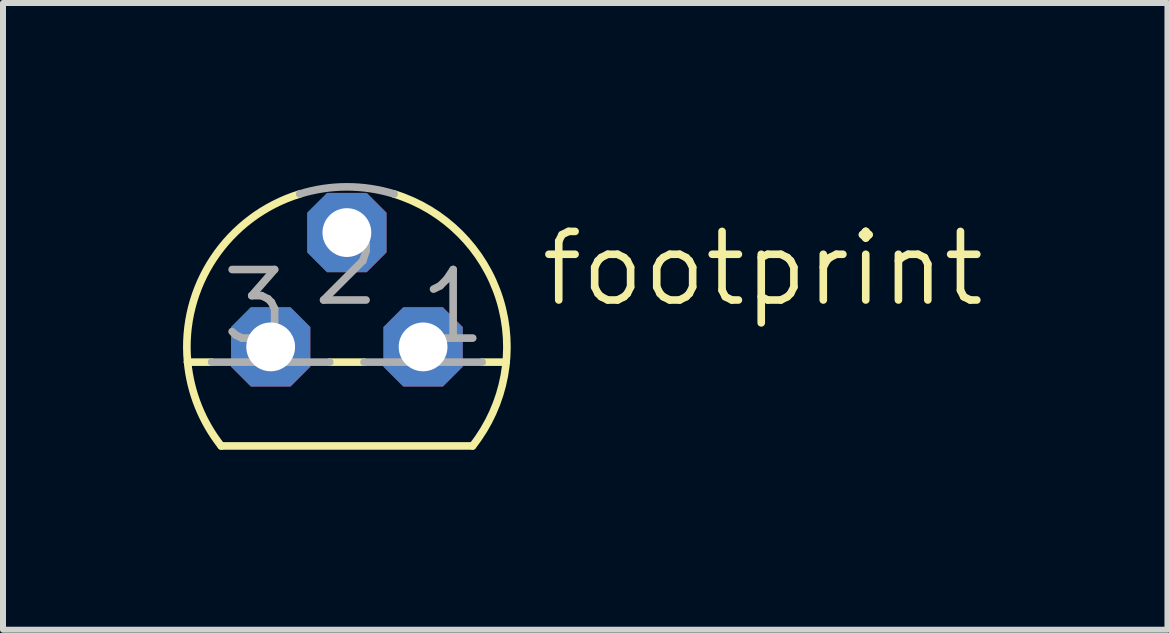
<source format=kicad_pcb>
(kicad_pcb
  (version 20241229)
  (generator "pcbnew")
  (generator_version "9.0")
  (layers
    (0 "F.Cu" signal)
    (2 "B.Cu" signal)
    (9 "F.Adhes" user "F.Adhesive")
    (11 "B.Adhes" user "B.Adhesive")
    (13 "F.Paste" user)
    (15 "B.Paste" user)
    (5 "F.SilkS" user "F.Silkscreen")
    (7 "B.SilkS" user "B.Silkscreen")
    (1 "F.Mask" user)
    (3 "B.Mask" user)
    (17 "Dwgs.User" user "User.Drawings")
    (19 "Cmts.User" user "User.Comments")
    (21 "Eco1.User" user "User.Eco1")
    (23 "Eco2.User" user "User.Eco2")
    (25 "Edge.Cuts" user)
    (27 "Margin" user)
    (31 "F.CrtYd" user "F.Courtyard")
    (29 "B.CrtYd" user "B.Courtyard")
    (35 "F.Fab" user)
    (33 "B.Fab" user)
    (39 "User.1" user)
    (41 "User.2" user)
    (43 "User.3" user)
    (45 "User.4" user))
  (footprint "footprint"
    (layer "F.Cu")
    (at 2.731 2.731)
    (property "Reference" "footprint" (at 3.175 -0.635 0) (layer "F.SilkS") (effects (font (size 1.143 1.143) (thickness 0.127)) (justify left bottom)))
    (fp_line (start -2.655 0.254) (end -2.254 0.254) (stroke (width 0.127) (type solid)) (layer "F.SilkS"))
    (fp_line (start -2.095 1.651) (end 2.095 1.651) (stroke (width 0.127) (type solid)) (layer "F.SilkS"))
    (fp_line (start -0.286 0.254) (end 0.286 0.254) (stroke (width 0.127) (type solid)) (layer "F.SilkS"))
    (fp_line (start 2.254 0.254) (end 2.655 0.254) (stroke (width 0.127) (type solid)) (layer "F.SilkS"))
    (fp_arc (start -2.6549 0.254) (mid -2.219001 -1.479566) (end -0.786299 -2.548501) (stroke (width 0.127) (type solid)) (layer "F.SilkS"))
    (fp_arc (start -2.0946 1.651) (mid -2.475347 0.992847) (end -2.654901 0.254) (stroke (width 0.127) (type solid)) (layer "F.SilkS"))
    (fp_arc (start 0.7863 -2.5484) (mid 2.546275 -0.793203) (end 2.094499 1.651) (stroke (width 0.127) (type solid)) (layer "F.SilkS"))
    (fp_line (start -2.254 0.254) (end -0.286 0.254) (stroke (width 0.127) (type solid)) (layer "F.Fab"))
    (fp_line (start 0.286 0.254) (end 2.254 0.254) (stroke (width 0.127) (type solid)) (layer "F.Fab"))
    (fp_arc (start -0.7863 -2.5485) (mid 0 -2.667043) (end 0.7863 -2.5485) (stroke (width 0.127) (type solid)) (layer "F.Fab"))
    (fp_text user "3" (at -2.159 0 0) (layer "F.Fab") (effects (font (size 1.143 1.143) (thickness 0.127)) (justify left bottom)))
    (fp_text user "1" (at 1.143 0 0) (layer "F.Fab") (effects (font (size 1.143 1.143) (thickness 0.127)) (justify left bottom)))
    (fp_text user "2" (at -0.635 -0.635 0) (layer "F.Fab") (effects (font (size 1.143 1.143) (thickness 0.127)) (justify left bottom)))
    (pad "1" thru_hole roundrect (at 1.27 0) (size 1.321 1.321) (drill 0.813) (layers "*.Cu" "*.Mask") (roundrect_rratio 0.25) (chamfer_ratio 0.25) (chamfer top_left top_right bottom_left bottom_right))
    (pad "2" thru_hole roundrect (at 0 -1.905) (size 1.321 1.321) (drill 0.813) (layers "*.Cu" "*.Mask") (roundrect_rratio 0.25) (chamfer_ratio 0.25) (chamfer top_left top_right bottom_left bottom_right))
    (pad "3" thru_hole roundrect (at -1.27 0) (size 1.321 1.321) (drill 0.813) (layers "*.Cu" "*.Mask") (roundrect_rratio 0.25) (chamfer_ratio 0.25) (chamfer top_left top_right bottom_left bottom_right)))
  (gr_rect
    (start -3 -3)
    (end 16.406 7.445)
    (stroke (width 0.1) (type default))
    (fill no)
    (layer "Edge.Cuts")))
</source>
